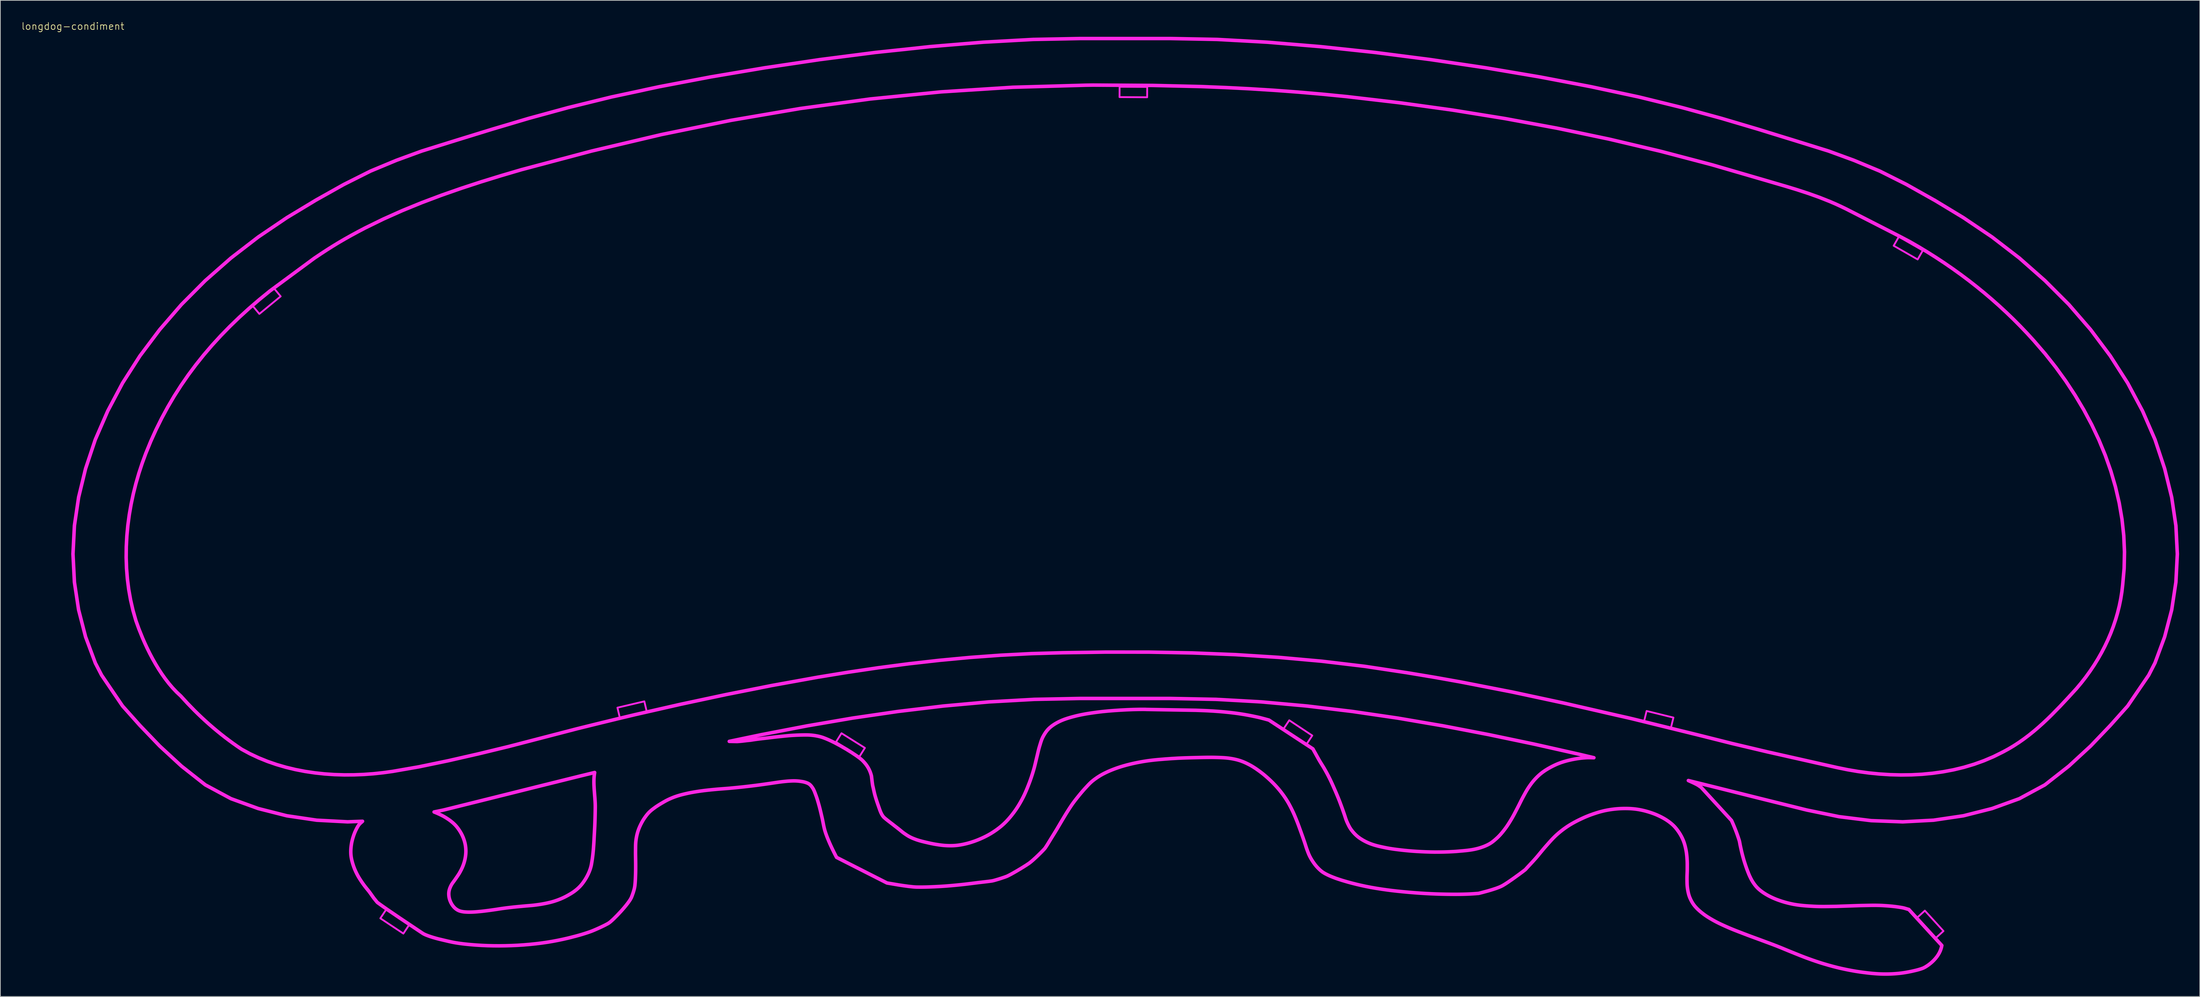
<source format=kicad_pcb>
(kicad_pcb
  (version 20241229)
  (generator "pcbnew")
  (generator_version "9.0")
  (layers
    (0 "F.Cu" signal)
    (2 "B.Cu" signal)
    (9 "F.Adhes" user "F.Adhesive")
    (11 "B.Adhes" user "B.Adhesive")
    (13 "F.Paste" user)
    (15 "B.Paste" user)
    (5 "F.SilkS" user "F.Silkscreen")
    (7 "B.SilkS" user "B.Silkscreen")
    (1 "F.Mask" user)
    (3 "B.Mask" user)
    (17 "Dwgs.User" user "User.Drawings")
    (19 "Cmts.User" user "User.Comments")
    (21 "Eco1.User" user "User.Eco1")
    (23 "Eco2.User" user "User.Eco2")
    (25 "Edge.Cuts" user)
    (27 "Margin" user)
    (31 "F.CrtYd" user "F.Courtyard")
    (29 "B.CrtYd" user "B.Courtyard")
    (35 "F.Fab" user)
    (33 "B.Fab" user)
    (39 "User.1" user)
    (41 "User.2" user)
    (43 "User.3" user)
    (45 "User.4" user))
  (footprint "longdog-condiment"
    (layer "F.Cu")
    (at 7.502 1.26)
    (property "Reference" "longdog-condiment" (at 0 -0.5 0) (unlocked yes) (layer "F.SilkS") (effects (font (size 1 1) (thickness 0.1))))
    (attr smd)
    (fp_poly (pts (xy 30.094 38.642) (xy 27.008 41.187) (xy 26.054 40.03) (xy 29.14 37.485)) (stroke (width 0.265) (type solid)) (fill no) (layer "F.CrtYd"))
    (fp_poly (pts (xy 48.696 129.745) (xy 47.866 130.994) (xy 44.534 128.781) (xy 45.364 127.532)) (stroke (width 0.265) (type solid)) (fill no) (layer "F.CrtYd"))
    (fp_poly (pts (xy 83.107 98.798) (xy 79.213 99.714) (xy 78.87 98.254) (xy 82.764 97.338)) (stroke (width 0.265) (type solid)) (fill no) (layer "F.CrtYd"))
    (fp_poly (pts (xy 114.707 104.086) (xy 113.909 105.356) (xy 110.521 103.229) (xy 111.319 101.959)) (stroke (width 0.265) (type solid)) (fill no) (layer "F.CrtYd"))
    (fp_poly (pts (xy 155.595 8.287) (xy 155.586 9.787) (xy 151.586 9.764) (xy 151.595 8.264)) (stroke (width 0.265) (type solid)) (fill no) (layer "F.CrtYd"))
    (fp_poly (pts (xy 179.498 102.295) (xy 178.669 103.544) (xy 175.336 101.332) (xy 176.166 100.082)) (stroke (width 0.265) (type solid)) (fill no) (layer "F.CrtYd"))
    (fp_poly (pts (xy 231.804 99.691) (xy 231.445 101.148) (xy 227.561 100.19) (xy 227.92 98.734)) (stroke (width 0.265) (type solid)) (fill no) (layer "F.CrtYd"))
    (fp_poly (pts (xy 267.92 31.991) (xy 267.174 33.292) (xy 263.703 31.304) (xy 264.449 30.002)) (stroke (width 0.265) (type solid)) (fill no) (layer "F.CrtYd"))
    (fp_poly (pts (xy 270.912 130.627) (xy 269.804 131.638) (xy 267.109 128.682) (xy 268.217 127.671)) (stroke (width 0.265) (type solid)) (fill no) (layer "F.CrtYd"))
    (fp_poly (pts (xy 156.322 8.07) (xy 163.383 8.236) (xy 166.901 8.376) (xy 170.416 8.555) (xy 173.928 8.774) (xy 177.441 9.036) (xy 180.957 9.34) (xy 184.48 9.688) (xy 192.145 10.582) (xy 199.787 11.641) (xy 207.401 12.871) (xy 214.979 14.276) (xy 222.514 15.86) (xy 230.001 17.628) (xy 237.433 19.584) (xy 244.803 21.732) (xy 248.181 22.72) (xy 249.788 23.212) (xy 251.361 23.727) (xy 252.913 24.282) (xy 254.461 24.896) (xy 255.238 25.231) (xy 256.019 25.588) (xy 256.807 25.968) (xy 257.603 26.375) (xy 262.347 28.803) (xy 264.632 29.973) (xy 266.054 30.724) (xy 267.325 31.459) (xy 268.579 32.216) (xy 269.814 32.996) (xy 271.03 33.798) (xy 272.227 34.622) (xy 273.405 35.468) (xy 274.562 36.335) (xy 275.699 37.224) (xy 276.815 38.134) (xy 277.91 39.065) (xy 278.983 40.017) (xy 280.035 40.989) (xy 281.064 41.981) (xy 282.07 42.994) (xy 283.053 44.026) (xy 284.013 45.078) (xy 285.633 46.96) (xy 287.171 48.906) (xy 288.621 50.911) (xy 289.977 52.972) (xy 291.233 55.084) (xy 292.385 57.243) (xy 293.425 59.444) (xy 294.349 61.684) (xy 295.151 63.957) (xy 295.824 66.259) (xy 296.365 68.587) (xy 296.766 70.936) (xy 297.023 73.302) (xy 297.129 75.679) (xy 297.079 78.065) (xy 296.867 80.454) (xy 296.748 81.476) (xy 296.585 82.492) (xy 296.379 83.5) (xy 296.132 84.5) (xy 295.843 85.491) (xy 295.514 86.471) (xy 295.146 87.44) (xy 294.738 88.396) (xy 294.293 89.339) (xy 293.81 90.268) (xy 293.291 91.182) (xy 292.737 92.079) (xy 292.147 92.958) (xy 291.524 93.82) (xy 290.867 94.662) (xy 290.178 95.484) (xy 289.004 96.768) (xy 287.809 98.047) (xy 286.58 99.304) (xy 285.95 99.919) (xy 285.307 100.522) (xy 284.649 101.112) (xy 283.976 101.685) (xy 283.285 102.241) (xy 282.575 102.777) (xy 281.845 103.29) (xy 281.093 103.779) (xy 280.318 104.242) (xy 279.518 104.676) (xy 278.156 105.353) (xy 276.758 105.947) (xy 275.327 106.461) (xy 273.869 106.896) (xy 272.386 107.255) (xy 270.882 107.541) (xy 269.361 107.757) (xy 267.828 107.905) (xy 266.285 107.987) (xy 264.738 108.006) (xy 263.189 107.966) (xy 261.642 107.867) (xy 260.102 107.713) (xy 258.572 107.507) (xy 257.056 107.25) (xy 255.558 106.946) (xy 245.363 104.648) (xy 240.281 103.443) (xy 235.219 102.17) (xy 225.968 99.896) (xy 225.449 99.772) (xy 224.754 99.613) (xy 223.537 99.338) (xy 215.925 97.588) (xy 208.474 95.989) (xy 200.987 94.528) (xy 197.168 93.847) (xy 193.265 93.197) (xy 187.083 92.261) (xy 180.872 91.522) (xy 174.638 90.963) (xy 168.387 90.568) (xy 162.124 90.32) (xy 155.855 90.202) (xy 149.585 90.198) (xy 143.32 90.291) (xy 138.846 90.418) (xy 134.383 90.648) (xy 129.933 90.973) (xy 125.494 91.39) (xy 121.066 91.891) (xy 116.65 92.47) (xy 112.246 93.122) (xy 107.853 93.842) (xy 101.239 95.037) (xy 94.609 96.352) (xy 88.003 97.765) (xy 81.464 99.253) (xy 78.947 99.854) (xy 76.203 100.523) (xy 73.093 101.29) (xy 63.123 103.881) (xy 58.794 104.932) (xy 54.344 105.949) (xy 50.081 106.833) (xy 46.312 107.489) (xy 44.935 107.68) (xy 43.542 107.829) (xy 42.135 107.932) (xy 40.719 107.988) (xy 39.298 107.996) (xy 37.876 107.952) (xy 36.456 107.855) (xy 35.043 107.703) (xy 33.639 107.495) (xy 32.25 107.227) (xy 30.879 106.898) (xy 29.529 106.506) (xy 28.205 106.05) (xy 26.911 105.526) (xy 25.649 104.934) (xy 24.425 104.27) (xy 23.811 103.853) (xy 23.206 103.426) (xy 22.609 102.989) (xy 22.021 102.543) (xy 21.441 102.088) (xy 20.87 101.624) (xy 20.307 101.152) (xy 19.753 100.672) (xy 19.207 100.183) (xy 18.67 99.687) (xy 18.142 99.183) (xy 17.622 98.672) (xy 16.608 97.629) (xy 15.628 96.56) (xy 15.029 95.998) (xy 14.455 95.391) (xy 13.906 94.746) (xy 13.382 94.068) (xy 12.884 93.365) (xy 12.411 92.642) (xy 11.965 91.905) (xy 11.544 91.16) (xy 11.149 90.414) (xy 10.781 89.672) (xy 10.439 88.94) (xy 10.124 88.225) (xy 9.576 86.87) (xy 9.136 85.654) (xy 8.709 84.159) (xy 8.362 82.647) (xy 8.091 81.121) (xy 7.896 79.583) (xy 7.773 78.038) (xy 7.721 76.488) (xy 7.737 74.936) (xy 7.819 73.386) (xy 7.964 71.84) (xy 8.17 70.302) (xy 8.435 68.774) (xy 8.757 67.259) (xy 9.134 65.761) (xy 9.562 64.283) (xy 10.04 62.828) (xy 10.565 61.398) (xy 11.28 59.653) (xy 12.049 57.95) (xy 12.873 56.29) (xy 13.751 54.671) (xy 14.683 53.091) (xy 15.67 51.548) (xy 16.711 50.042) (xy 17.807 48.571) (xy 18.957 47.132) (xy 20.162 45.725) (xy 21.421 44.349) (xy 22.734 43.001) (xy 24.102 41.68) (xy 25.524 40.385) (xy 27.001 39.115) (xy 28.532 37.867) (xy 34.959 33.12) (xy 35.927 32.47) (xy 36.833 31.879) (xy 37.701 31.332) (xy 38.554 30.813) (xy 39.418 30.31) (xy 40.316 29.806) (xy 41.272 29.287) (xy 42.31 28.74) (xy 44.987 27.429) (xy 47.727 26.206) (xy 50.521 25.064) (xy 53.36 23.994) (xy 56.235 22.988) (xy 59.137 22.039) (xy 62.056 21.138) (xy 64.983 20.277) (xy 75.155 17.574) (xy 85.247 15.19) (xy 95.304 13.133) (xy 105.374 11.411) (xy 115.501 10.032) (xy 125.734 9.005) (xy 136.117 8.337) (xy 146.696 8.037) (xy 147.73 8.023) (xy 147.73 8.023)) (stroke (width 0.51) (type solid)) (fill no) (layer "F.CrtYd"))
    (fp_poly (pts (xy 75.523 107.951) (xy 75.491 108.253) (xy 75.47 108.556) (xy 75.461 108.859) (xy 75.461 109.163) (xy 75.469 109.467) (xy 75.502 110.076) (xy 75.598 111.295) (xy 75.638 111.905) (xy 75.652 112.209) (xy 75.658 112.513) (xy 75.658 112.551) (xy 75.658 112.589) (xy 75.655 112.933) (xy 75.65 113.277) (xy 75.636 113.964) (xy 75.615 114.67) (xy 75.588 115.376) (xy 75.57 115.722) (xy 75.551 116.068) (xy 75.512 116.76) (xy 75.477 117.424) (xy 75.458 117.756) (xy 75.437 118.088) (xy 75.392 118.709) (xy 75.365 119.019) (xy 75.335 119.329) (xy 75.304 119.606) (xy 75.27 119.883) (xy 75.233 120.16) (xy 75.19 120.437) (xy 75.152 120.674) (xy 75.112 120.911) (xy 75.09 121.029) (xy 75.065 121.147) (xy 75.037 121.264) (xy 75.006 121.381) (xy 74.973 121.495) (xy 74.937 121.608) (xy 74.899 121.722) (xy 74.858 121.834) (xy 74.815 121.946) (xy 74.77 122.058) (xy 74.723 122.169) (xy 74.673 122.28) (xy 74.617 122.401) (xy 74.558 122.521) (xy 74.496 122.64) (xy 74.433 122.759) (xy 74.366 122.877) (xy 74.298 122.994) (xy 74.227 123.111) (xy 74.153 123.227) (xy 74.078 123.34) (xy 74.001 123.452) (xy 73.922 123.564) (xy 73.841 123.675) (xy 73.757 123.785) (xy 73.669 123.894) (xy 73.578 124.001) (xy 73.484 124.106) (xy 73.397 124.198) (xy 73.308 124.287) (xy 73.217 124.376) (xy 73.122 124.463) (xy 73.025 124.549) (xy 72.926 124.633) (xy 72.824 124.715) (xy 72.72 124.797) (xy 72.617 124.874) (xy 72.511 124.949) (xy 72.402 125.023) (xy 72.292 125.095) (xy 72.18 125.166) (xy 72.066 125.235) (xy 71.951 125.304) (xy 71.835 125.371) (xy 71.708 125.444) (xy 71.579 125.515) (xy 71.449 125.585) (xy 71.318 125.653) (xy 71.184 125.72) (xy 71.05 125.785) (xy 70.913 125.848) (xy 70.775 125.909) (xy 70.628 125.972) (xy 70.479 126.032) (xy 70.328 126.091) (xy 70.176 126.147) (xy 70.023 126.202) (xy 69.868 126.254) (xy 69.712 126.305) (xy 69.554 126.353) (xy 69.393 126.399) (xy 69.231 126.442) (xy 69.068 126.483) (xy 68.903 126.522) (xy 68.738 126.559) (xy 68.572 126.595) (xy 68.238 126.662) (xy 68.064 126.694) (xy 67.889 126.725) (xy 67.537 126.781) (xy 67.183 126.831) (xy 66.828 126.876) (xy 66.637 126.897) (xy 66.446 126.917) (xy 66.063 126.95) (xy 65.679 126.981) (xy 65.296 127.015) (xy 64.536 127.085) (xy 64.156 127.122) (xy 63.777 127.161) (xy 63.413 127.202) (xy 63.05 127.245) (xy 62.688 127.29) (xy 62.326 127.338) (xy 62.003 127.384) (xy 61.681 127.434) (xy 61.359 127.484) (xy 61.036 127.532) (xy 60.426 127.618) (xy 60.12 127.659) (xy 59.813 127.698) (xy 59.542 127.731) (xy 59.27 127.762) (xy 58.999 127.791) (xy 58.726 127.817) (xy 58.501 127.836) (xy 58.276 127.853) (xy 58.051 127.867) (xy 57.825 127.877) (xy 57.64 127.882) (xy 57.455 127.884) (xy 57.27 127.884) (xy 57.178 127.882) (xy 57.086 127.878) (xy 56.93 127.871) (xy 56.852 127.866) (xy 56.774 127.861) (xy 56.697 127.854) (xy 56.62 127.845) (xy 56.543 127.835) (xy 56.467 127.823) (xy 56.397 127.811) (xy 56.328 127.797) (xy 56.259 127.782) (xy 56.19 127.766) (xy 56.123 127.748) (xy 56.057 127.728) (xy 55.992 127.706) (xy 55.96 127.695) (xy 55.929 127.682) (xy 55.896 127.668) (xy 55.863 127.654) (xy 55.832 127.639) (xy 55.8 127.624) (xy 55.769 127.608) (xy 55.738 127.591) (xy 55.708 127.574) (xy 55.678 127.557) (xy 55.62 127.521) (xy 55.564 127.484) (xy 55.509 127.446) (xy 55.457 127.406) (xy 55.425 127.381) (xy 55.394 127.355) (xy 55.363 127.329) (xy 55.334 127.302) (xy 55.305 127.275) (xy 55.277 127.248) (xy 55.249 127.22) (xy 55.222 127.192) (xy 55.17 127.135) (xy 55.12 127.077) (xy 55.072 127.018) (xy 55.026 126.958) (xy 54.972 126.884) (xy 54.921 126.809) (xy 54.873 126.732) (xy 54.827 126.655) (xy 54.785 126.577) (xy 54.745 126.499) (xy 54.708 126.419) (xy 54.673 126.339) (xy 54.637 126.251) (xy 54.604 126.161) (xy 54.574 126.071) (xy 54.546 125.98) (xy 54.522 125.889) (xy 54.501 125.798) (xy 54.484 125.706) (xy 54.47 125.614) (xy 54.458 125.517) (xy 54.45 125.419) (xy 54.445 125.321) (xy 54.444 125.223) (xy 54.447 125.124) (xy 54.45 125.075) (xy 54.454 125.026) (xy 54.459 124.977) (xy 54.465 124.929) (xy 54.473 124.88) (xy 54.481 124.831) (xy 54.492 124.778) (xy 54.504 124.725) (xy 54.517 124.672) (xy 54.532 124.62) (xy 54.548 124.567) (xy 54.565 124.515) (xy 54.602 124.41) (xy 54.643 124.306) (xy 54.688 124.204) (xy 54.736 124.102) (xy 54.787 124) (xy 54.818 123.943) (xy 54.85 123.887) (xy 54.884 123.831) (xy 54.92 123.775) (xy 54.995 123.665) (xy 55.073 123.556) (xy 55.233 123.339) (xy 55.312 123.23) (xy 55.388 123.12) (xy 55.705 122.66) (xy 55.783 122.544) (xy 55.859 122.428) (xy 55.933 122.311) (xy 56.003 122.193) (xy 56.073 122.068) (xy 56.141 121.943) (xy 56.207 121.818) (xy 56.271 121.692) (xy 56.332 121.565) (xy 56.39 121.437) (xy 56.445 121.309) (xy 56.497 121.18) (xy 56.547 121.046) (xy 56.595 120.911) (xy 56.64 120.776) (xy 56.682 120.639) (xy 56.72 120.503) (xy 56.755 120.366) (xy 56.787 120.229) (xy 56.815 120.091) (xy 56.84 119.947) (xy 56.863 119.803) (xy 56.882 119.659) (xy 56.897 119.514) (xy 56.908 119.37) (xy 56.916 119.225) (xy 56.919 119.08) (xy 56.917 118.935) (xy 56.911 118.779) (xy 56.901 118.624) (xy 56.886 118.468) (xy 56.866 118.312) (xy 56.842 118.157) (xy 56.812 118.003) (xy 56.778 117.849) (xy 56.738 117.696) (xy 56.689 117.529) (xy 56.635 117.363) (xy 56.576 117.197) (xy 56.511 117.033) (xy 56.441 116.87) (xy 56.365 116.708) (xy 56.283 116.548) (xy 56.195 116.389) (xy 56.099 116.228) (xy 55.999 116.067) (xy 55.892 115.908) (xy 55.78 115.75) (xy 55.722 115.673) (xy 55.662 115.596) (xy 55.6 115.519) (xy 55.537 115.444) (xy 55.471 115.369) (xy 55.404 115.295) (xy 55.335 115.223) (xy 55.264 115.151) (xy 55.191 115.081) (xy 55.117 115.011) (xy 54.962 114.875) (xy 54.801 114.743) (xy 54.634 114.614) (xy 54.461 114.489) (xy 54.283 114.368) (xy 54.101 114.25) (xy 53.916 114.135) (xy 53.729 114.026) (xy 53.538 113.922) (xy 53.342 113.822) (xy 53.142 113.726) (xy 52.94 113.632) (xy 52.734 113.542) (xy 52.526 113.454) (xy 52.317 113.369) (xy 53.677 113.089) (xy 60.251 111.453) (xy 66.837 109.807) (xy 73.423 108.172) (xy 75.569 107.649)) (stroke (width 0.51) (type solid)) (fill no) (layer "F.CrtYd"))
    (fp_poly (pts (xy 165.566 97.048) (xy 172.139 97.417) (xy 178.726 98.013) (xy 185.311 98.803) (xy 191.885 99.767) (xy 198.471 100.894) (xy 205.058 102.161) (xy 211.63 103.536) (xy 218.217 105.02) (xy 220.284 105.507) (xy 219.701 105.494) (xy 219.556 105.493) (xy 219.41 105.494) (xy 219.265 105.498) (xy 219.12 105.505) (xy 218.885 105.523) (xy 218.651 105.544) (xy 218.418 105.569) (xy 218.185 105.598) (xy 217.953 105.63) (xy 217.722 105.667) (xy 217.493 105.706) (xy 217.265 105.75) (xy 217.037 105.796) (xy 216.811 105.846) (xy 216.586 105.899) (xy 216.363 105.956) (xy 216.141 106.017) (xy 215.922 106.081) (xy 215.706 106.15) (xy 215.493 106.223) (xy 215.291 106.297) (xy 215.093 106.375) (xy 214.898 106.457) (xy 214.706 106.543) (xy 214.516 106.632) (xy 214.329 106.724) (xy 214.145 106.818) (xy 213.964 106.915) (xy 213.798 107.007) (xy 213.634 107.101) (xy 213.473 107.198) (xy 213.314 107.298) (xy 213.159 107.399) (xy 213.008 107.504) (xy 212.86 107.61) (xy 212.716 107.72) (xy 212.575 107.832) (xy 212.439 107.947) (xy 212.307 108.064) (xy 212.179 108.183) (xy 212.054 108.304) (xy 211.933 108.427) (xy 211.815 108.552) (xy 211.699 108.677) (xy 211.576 108.817) (xy 211.457 108.958) (xy 211.343 109.101) (xy 211.231 109.246) (xy 211.124 109.392) (xy 211.019 109.539) (xy 210.916 109.687) (xy 210.816 109.835) (xy 210.705 110.005) (xy 210.599 110.177) (xy 210.497 110.349) (xy 210.397 110.523) (xy 210.204 110.872) (xy 210.014 111.221) (xy 209.908 111.42) (xy 209.805 111.619) (xy 209.605 112.019) (xy 209.405 112.419) (xy 209.201 112.818) (xy 208.774 113.634) (xy 208.665 113.837) (xy 208.553 114.04) (xy 208.439 114.242) (xy 208.32 114.443) (xy 208.096 114.812) (xy 207.981 114.995) (xy 207.863 115.178) (xy 207.743 115.36) (xy 207.619 115.54) (xy 207.49 115.719) (xy 207.357 115.897) (xy 207.236 116.054) (xy 207.112 116.21) (xy 206.985 116.365) (xy 206.855 116.519) (xy 206.721 116.671) (xy 206.582 116.821) (xy 206.437 116.968) (xy 206.363 117.04) (xy 206.287 117.112) (xy 206.148 117.239) (xy 206.007 117.365) (xy 205.862 117.49) (xy 205.712 117.611) (xy 205.558 117.729) (xy 205.478 117.787) (xy 205.397 117.842) (xy 205.314 117.897) (xy 205.229 117.95) (xy 205.142 118.001) (xy 205.053 118.051) (xy 204.848 118.156) (xy 204.635 118.255) (xy 204.416 118.347) (xy 204.192 118.433) (xy 203.963 118.512) (xy 203.73 118.586) (xy 203.494 118.653) (xy 203.255 118.715) (xy 202.942 118.784) (xy 202.625 118.843) (xy 202.304 118.892) (xy 201.981 118.933) (xy 201.655 118.969) (xy 201.329 119) (xy 200.676 119.057) (xy 200.33 119.086) (xy 199.983 119.109) (xy 199.287 119.145) (xy 198.59 119.168) (xy 197.894 119.179) (xy 197.231 119.181) (xy 196.568 119.17) (xy 195.906 119.15) (xy 195.245 119.12) (xy 194.598 119.084) (xy 193.951 119.039) (xy 193.307 118.984) (xy 192.664 118.918) (xy 192.023 118.845) (xy 191.384 118.764) (xy 191.066 118.718) (xy 190.749 118.668) (xy 190.434 118.613) (xy 190.122 118.553) (xy 189.548 118.433) (xy 189.263 118.369) (xy 188.98 118.301) (xy 188.7 118.226) (xy 188.424 118.146) (xy 188.154 118.057) (xy 187.889 117.96) (xy 187.667 117.869) (xy 187.449 117.772) (xy 187.235 117.669) (xy 187.027 117.561) (xy 186.825 117.448) (xy 186.629 117.329) (xy 186.44 117.206) (xy 186.348 117.142) (xy 186.258 117.077) (xy 186.178 117.017) (xy 186.1 116.955) (xy 186.024 116.892) (xy 185.949 116.828) (xy 185.876 116.762) (xy 185.805 116.696) (xy 185.736 116.629) (xy 185.668 116.561) (xy 185.602 116.492) (xy 185.537 116.422) (xy 185.412 116.281) (xy 185.293 116.137) (xy 185.18 115.991) (xy 185.128 115.922) (xy 185.078 115.851) (xy 185.031 115.78) (xy 184.985 115.709) (xy 184.898 115.564) (xy 184.817 115.417) (xy 184.741 115.269) (xy 184.668 115.119) (xy 184.598 114.97) (xy 184.53 114.82) (xy 184.469 114.677) (xy 184.413 114.534) (xy 184.361 114.39) (xy 184.313 114.246) (xy 184.219 113.956) (xy 184.171 113.811) (xy 184.122 113.666) (xy 183.934 113.128) (xy 183.839 112.858) (xy 183.741 112.589) (xy 183.522 112.002) (xy 183.409 111.708) (xy 183.293 111.416) (xy 183.148 111.062) (xy 183 110.709) (xy 182.849 110.357) (xy 182.695 110.005) (xy 182.529 109.627) (xy 182.36 109.25) (xy 182.186 108.874) (xy 182.097 108.686) (xy 182.005 108.499) (xy 181.831 108.156) (xy 181.651 107.815) (xy 181.465 107.476) (xy 181.274 107.137) (xy 181.186 106.986) (xy 181.096 106.836) (xy 180.911 106.536) (xy 180.725 106.237) (xy 180.633 106.087) (xy 180.544 105.936) (xy 180.392 105.671) (xy 180.243 105.404) (xy 179.948 104.87) (xy 179.587 104.224) (xy 173.224 100.052) (xy 172.407 99.83) (xy 171.997 99.723) (xy 171.79 99.673) (xy 171.582 99.625) (xy 170.922 99.484) (xy 170.258 99.353) (xy 169.59 99.234) (xy 168.917 99.128) (xy 168.551 99.075) (xy 168.183 99.027) (xy 167.444 98.941) (xy 166.703 98.867) (xy 165.96 98.803) (xy 165.132 98.744) (xy 164.301 98.698) (xy 163.47 98.662) (xy 162.638 98.632) (xy 155.487 98.51) (xy 155.463 98.509) (xy 155.44 98.508) (xy 155.393 98.505) (xy 155.346 98.502) (xy 155.322 98.501) (xy 155.298 98.501) (xy 154.853 98.5) (xy 154.407 98.503) (xy 153.516 98.523) (xy 152.626 98.559) (xy 151.737 98.607) (xy 150.864 98.664) (xy 149.992 98.733) (xy 149.122 98.818) (xy 148.689 98.868) (xy 148.258 98.923) (xy 147.489 99.031) (xy 147.106 99.09) (xy 146.724 99.153) (xy 146.345 99.222) (xy 145.967 99.296) (xy 145.593 99.377) (xy 145.222 99.466) (xy 144.928 99.542) (xy 144.634 99.621) (xy 144.342 99.705) (xy 144.053 99.793) (xy 143.769 99.888) (xy 143.489 99.99) (xy 143.217 100.099) (xy 142.952 100.218) (xy 142.741 100.321) (xy 142.535 100.43) (xy 142.433 100.486) (xy 142.334 100.544) (xy 142.235 100.603) (xy 142.139 100.664) (xy 142.044 100.726) (xy 141.951 100.789) (xy 141.86 100.853) (xy 141.771 100.919) (xy 141.684 100.987) (xy 141.6 101.055) (xy 141.518 101.125) (xy 141.438 101.196) (xy 141.365 101.265) (xy 141.294 101.336) (xy 141.227 101.408) (xy 141.161 101.481) (xy 141.098 101.555) (xy 141.037 101.63) (xy 140.979 101.707) (xy 140.922 101.784) (xy 140.867 101.862) (xy 140.815 101.94) (xy 140.714 102.099) (xy 140.618 102.26) (xy 140.528 102.421) (xy 140.483 102.506) (xy 140.441 102.591) (xy 140.401 102.677) (xy 140.363 102.764) (xy 140.294 102.939) (xy 140.231 103.115) (xy 140.173 103.292) (xy 140.118 103.47) (xy 140.01 103.825) (xy 139.952 104.021) (xy 139.898 104.218) (xy 139.848 104.414) (xy 139.8 104.612) (xy 139.707 105.006) (xy 139.612 105.401) (xy 139.503 105.855) (xy 139.396 106.31) (xy 139.285 106.764) (xy 139.225 106.99) (xy 139.162 107.216) (xy 139.006 107.735) (xy 138.84 108.252) (xy 138.753 108.509) (xy 138.662 108.767) (xy 138.569 109.023) (xy 138.471 109.279) (xy 138.258 109.822) (xy 138.147 110.092) (xy 138.033 110.362) (xy 137.914 110.631) (xy 137.791 110.899) (xy 137.661 111.165) (xy 137.525 111.43) (xy 137.387 111.687) (xy 137.244 111.944) (xy 137.096 112.199) (xy 136.943 112.453) (xy 136.784 112.705) (xy 136.619 112.955) (xy 136.447 113.203) (xy 136.269 113.448) (xy 136.097 113.673) (xy 135.921 113.897) (xy 135.739 114.119) (xy 135.552 114.338) (xy 135.358 114.554) (xy 135.157 114.767) (xy 134.947 114.975) (xy 134.839 115.078) (xy 134.729 115.179) (xy 134.528 115.357) (xy 134.32 115.531) (xy 134.105 115.701) (xy 133.884 115.867) (xy 133.658 116.03) (xy 133.426 116.188) (xy 133.189 116.343) (xy 132.947 116.493) (xy 132.733 116.619) (xy 132.514 116.741) (xy 132.291 116.859) (xy 132.064 116.974) (xy 131.833 117.085) (xy 131.599 117.192) (xy 131.362 117.295) (xy 131.122 117.395) (xy 130.917 117.477) (xy 130.71 117.555) (xy 130.5 117.63) (xy 130.288 117.702) (xy 130.073 117.771) (xy 129.857 117.836) (xy 129.638 117.897) (xy 129.418 117.954) (xy 129.229 117.999) (xy 129.039 118.042) (xy 128.848 118.082) (xy 128.655 118.118) (xy 128.461 118.151) (xy 128.266 118.18) (xy 128.07 118.205) (xy 127.873 118.225) (xy 127.696 118.239) (xy 127.518 118.249) (xy 127.34 118.256) (xy 127.161 118.258) (xy 126.983 118.258) (xy 126.804 118.254) (xy 126.626 118.248) (xy 126.448 118.239) (xy 126.269 118.228) (xy 126.092 118.213) (xy 125.915 118.195) (xy 125.738 118.174) (xy 125.562 118.151) (xy 125.386 118.127) (xy 125.036 118.072) (xy 124.855 118.042) (xy 124.676 118.01) (xy 124.318 117.939) (xy 123.963 117.862) (xy 123.609 117.78) (xy 123.279 117.702) (xy 122.949 117.62) (xy 122.786 117.576) (xy 122.624 117.531) (xy 122.464 117.482) (xy 122.305 117.431) (xy 122.167 117.384) (xy 122.03 117.334) (xy 121.894 117.283) (xy 121.759 117.23) (xy 121.626 117.175) (xy 121.496 117.117) (xy 121.367 117.058) (xy 121.241 116.995) (xy 121.128 116.935) (xy 121.017 116.873) (xy 120.908 116.808) (xy 120.802 116.741) (xy 120.698 116.673) (xy 120.595 116.604) (xy 120.392 116.463) (xy 120.291 116.39) (xy 120.193 116.315) (xy 120.097 116.24) (xy 120.002 116.163) (xy 119.814 116.009) (xy 119.72 115.932) (xy 119.624 115.855) (xy 118.721 115.152) (xy 118.111 114.682) (xy 117.96 114.564) (xy 117.81 114.444) (xy 117.664 114.323) (xy 117.521 114.2) (xy 117.481 114.162) (xy 117.441 114.123) (xy 117.366 114.037) (xy 117.296 113.946) (xy 117.23 113.848) (xy 117.169 113.746) (xy 117.111 113.641) (xy 117.058 113.533) (xy 117.008 113.423) (xy 116.961 113.314) (xy 116.918 113.205) (xy 116.84 112.993) (xy 116.712 112.627) (xy 116.574 112.238) (xy 116.448 111.869) (xy 116.33 111.502) (xy 116.214 111.12) (xy 116.153 110.905) (xy 116.101 110.702) (xy 116.055 110.509) (xy 116.013 110.322) (xy 115.933 109.958) (xy 115.891 109.775) (xy 115.845 109.588) (xy 115.819 109.439) (xy 115.796 109.288) (xy 115.754 108.967) (xy 115.661 108.172) (xy 115.61 107.98) (xy 115.554 107.796) (xy 115.492 107.62) (xy 115.425 107.451) (xy 115.353 107.288) (xy 115.276 107.133) (xy 115.195 106.983) (xy 115.109 106.839) (xy 115.02 106.701) (xy 114.927 106.568) (xy 114.83 106.439) (xy 114.73 106.315) (xy 114.627 106.195) (xy 114.522 106.079) (xy 114.414 105.966) (xy 114.304 105.856) (xy 114.165 105.732) (xy 113.975 105.579) (xy 113.462 105.205) (xy 112.801 104.763) (xy 112.032 104.283) (xy 111.192 103.796) (xy 110.321 103.33) (xy 109.886 103.115) (xy 109.457 102.917) (xy 109.04 102.739) (xy 108.639 102.586) (xy 108.505 102.541) (xy 108.367 102.498) (xy 108.226 102.459) (xy 108.081 102.422) (xy 107.935 102.389) (xy 107.788 102.359) (xy 107.493 102.306) (xy 107.201 102.265) (xy 106.921 102.236) (xy 106.656 102.217) (xy 106.414 102.208) (xy 105.889 102.207) (xy 105.365 102.217) (xy 104.841 102.235) (xy 104.317 102.262) (xy 104.036 102.28) (xy 103.754 102.302) (xy 103.193 102.353) (xy 102.072 102.47) (xy 101.511 102.532) (xy 100.95 102.6) (xy 100.389 102.668) (xy 99.828 102.733) (xy 99.333 102.791) (xy 98.905 102.848) (xy 98.517 102.905) (xy 98.144 102.965) (xy 97.863 102.992) (xy 97.615 103.018) (xy 97.175 103.07) (xy 96.961 103.095) (xy 96.735 103.119) (xy 96.486 103.14) (xy 96.204 103.16) (xy 95.065 103.139) (xy 99.743 102.161) (xy 106.328 100.894) (xy 112.902 99.767) (xy 119.488 98.804) (xy 126.075 98.013) (xy 132.648 97.417) (xy 139.234 97.049) (xy 145.82 96.919) (xy 158.979 96.919)) (stroke (width 0.51) (type solid)) (fill no) (layer "F.CrtYd"))
    (fp_poly (pts (xy 152.394 1.275) (xy 158.979 1.275) (xy 165.711 1.404) (xy 172.966 1.805) (xy 180.634 2.444) (xy 181.581 2.541) (xy 188.556 3.289) (xy 196.624 4.328) (xy 204.632 5.52) (xy 212.445 6.841) (xy 219.882 8.26) (xy 221.388 8.585) (xy 226.796 9.744) (xy 233.054 11.282) (xy 238.752 12.842) (xy 244.086 14.423) (xy 245.654 14.91) (xy 246.493 15.17) (xy 249.202 16.004) (xy 254.281 17.585) (xy 257.952 18.928) (xy 261.694 20.488) (xy 265.558 22.426) (xy 269.58 24.69) (xy 269.592 24.69) (xy 273.797 27.235) (xy 277.952 30.041) (xy 281.902 33.084) (xy 285.608 36.355) (xy 289.071 39.821) (xy 292.23 43.47) (xy 295.073 47.272) (xy 297.589 51.204) (xy 299.752 55.265) (xy 301.55 59.402) (xy 302.947 63.615) (xy 303.968 67.774) (xy 303.968 67.785) (xy 304.576 71.879) (xy 304.782 75.983) (xy 304.576 80.056) (xy 303.968 84.074) (xy 302.947 87.983) (xy 301.55 91.764) (xy 300.639 93.539) (xy 297.589 98.013) (xy 295.073 100.829) (xy 292.229 103.807) (xy 289.071 106.721) (xy 285.608 109.439) (xy 281.902 111.443) (xy 277.952 112.872) (xy 273.797 113.923) (xy 269.471 114.562) (xy 265.012 114.8) (xy 260.443 114.627) (xy 255.801 114.052) (xy 251.122 113.089) (xy 244.536 111.453) (xy 237.962 109.807) (xy 233.968 108.815) (xy 234.648 109.124) (xy 234.816 109.203) (xy 234.982 109.284) (xy 235.145 109.368) (xy 235.304 109.455) (xy 235.338 109.475) (xy 235.371 109.495) (xy 235.436 109.536) (xy 235.498 109.579) (xy 235.56 109.623) (xy 235.684 109.71) (xy 235.747 109.753) (xy 235.812 109.795) (xy 240.221 114.607) (xy 240.377 114.958) (xy 240.528 115.31) (xy 240.674 115.664) (xy 240.814 116.018) (xy 240.949 116.373) (xy 241.077 116.73) (xy 241.2 117.087) (xy 241.316 117.445) (xy 241.331 117.497) (xy 241.346 117.549) (xy 241.372 117.653) (xy 241.394 117.758) (xy 241.414 117.863) (xy 241.452 118.074) (xy 241.472 118.179) (xy 241.494 118.284) (xy 241.619 118.852) (xy 241.685 119.136) (xy 241.754 119.42) (xy 241.812 119.644) (xy 241.872 119.868) (xy 241.935 120.092) (xy 241.999 120.316) (xy 242.057 120.509) (xy 242.118 120.702) (xy 242.18 120.895) (xy 242.244 121.088) (xy 242.309 121.279) (xy 242.376 121.47) (xy 242.444 121.661) (xy 242.516 121.851) (xy 242.598 122.067) (xy 242.683 122.282) (xy 242.727 122.389) (xy 242.772 122.496) (xy 242.819 122.602) (xy 242.869 122.708) (xy 242.978 122.933) (xy 243.035 123.046) (xy 243.094 123.157) (xy 243.155 123.268) (xy 243.219 123.379) (xy 243.286 123.488) (xy 243.356 123.596) (xy 243.432 123.706) (xy 243.509 123.815) (xy 243.589 123.924) (xy 243.672 124.031) (xy 243.759 124.137) (xy 243.85 124.241) (xy 243.897 124.292) (xy 243.945 124.342) (xy 243.995 124.392) (xy 244.045 124.442) (xy 244.17 124.556) (xy 244.299 124.668) (xy 244.433 124.777) (xy 244.571 124.883) (xy 244.714 124.986) (xy 244.861 125.087) (xy 245.011 125.185) (xy 245.164 125.279) (xy 245.365 125.397) (xy 245.57 125.51) (xy 245.78 125.62) (xy 245.994 125.725) (xy 246.212 125.826) (xy 246.434 125.923) (xy 246.659 126.016) (xy 246.888 126.104) (xy 247.17 126.205) (xy 247.456 126.301) (xy 247.746 126.392) (xy 248.039 126.477) (xy 248.336 126.556) (xy 248.636 126.629) (xy 248.938 126.696) (xy 249.242 126.756) (xy 249.597 126.816) (xy 249.955 126.867) (xy 250.315 126.91) (xy 250.677 126.946) (xy 251.04 126.976) (xy 251.404 127.002) (xy 252.133 127.043) (xy 252.537 127.06) (xy 252.942 127.07) (xy 253.347 127.074) (xy 253.752 127.074) (xy 255.372 127.052) (xy 258.746 126.937) (xy 260.387 126.903) (xy 260.797 126.9) (xy 261.207 126.902) (xy 261.617 126.91) (xy 262.026 126.927) (xy 262.776 126.974) (xy 263.15 127.005) (xy 263.523 127.04) (xy 263.895 127.082) (xy 264.265 127.131) (xy 264.632 127.187) (xy 264.997 127.251) (xy 265.055 127.263) (xy 265.112 127.276) (xy 265.225 127.304) (xy 265.336 127.335) (xy 265.447 127.369) (xy 265.668 127.436) (xy 265.78 127.468) (xy 265.893 127.497) (xy 270.674 132.716) (xy 270.637 132.906) (xy 270.59 133.09) (xy 270.533 133.269) (xy 270.469 133.442) (xy 270.396 133.61) (xy 270.317 133.772) (xy 270.232 133.928) (xy 270.141 134.078) (xy 270.046 134.223) (xy 269.946 134.362) (xy 269.738 134.622) (xy 269.522 134.859) (xy 269.304 135.072) (xy 269.091 135.261) (xy 268.887 135.425) (xy 268.699 135.565) (xy 268.532 135.68) (xy 268.286 135.835) (xy 268.193 135.887) (xy 268.176 135.894) (xy 268.16 135.902) (xy 268.128 135.919) (xy 268.065 135.952) (xy 268.033 135.969) (xy 268.001 135.985) (xy 267.985 135.993) (xy 267.968 136) (xy 267.951 136.008) (xy 267.934 136.014) (xy 267.746 136.082) (xy 267.555 136.145) (xy 267.36 136.203) (xy 267.163 136.258) (xy 266.965 136.309) (xy 266.765 136.358) (xy 266.362 136.449) (xy 266.12 136.501) (xy 265.876 136.549) (xy 265.631 136.595) (xy 265.384 136.638) (xy 265.137 136.677) (xy 264.889 136.712) (xy 264.639 136.743) (xy 264.389 136.77) (xy 264.09 136.797) (xy 263.79 136.819) (xy 263.49 136.836) (xy 263.188 136.849) (xy 262.887 136.857) (xy 262.585 136.86) (xy 262.284 136.859) (xy 261.983 136.853) (xy 261.631 136.84) (xy 261.279 136.821) (xy 260.929 136.795) (xy 260.578 136.765) (xy 260.229 136.73) (xy 259.88 136.691) (xy 259.186 136.604) (xy 258.818 136.553) (xy 258.452 136.498) (xy 258.087 136.439) (xy 257.723 136.376) (xy 256.999 136.239) (xy 256.281 136.088) (xy 255.939 136.011) (xy 255.599 135.93) (xy 254.923 135.758) (xy 254.253 135.574) (xy 253.589 135.38) (xy 253.28 135.285) (xy 252.972 135.187) (xy 252.361 134.985) (xy 251.755 134.774) (xy 251.154 134.557) (xy 250.589 134.344) (xy 250.03 134.124) (xy 248.919 133.676) (xy 248.374 133.454) (xy 247.83 133.229) (xy 247.286 133.005) (xy 246.738 132.786) (xy 246.173 132.569) (xy 245.604 132.356) (xy 244.464 131.933) (xy 243.29 131.501) (xy 242.704 131.284) (xy 242.121 131.063) (xy 240.954 130.614) (xy 240.375 130.384) (xy 240.089 130.265) (xy 239.805 130.144) (xy 239.271 129.908) (xy 238.742 129.666) (xy 238.481 129.542) (xy 238.223 129.414) (xy 237.968 129.283) (xy 237.718 129.148) (xy 237.497 129.025) (xy 237.279 128.899) (xy 237.063 128.771) (xy 236.85 128.64) (xy 236.642 128.507) (xy 236.438 128.369) (xy 236.24 128.228) (xy 236.047 128.083) (xy 235.879 127.951) (xy 235.715 127.815) (xy 235.555 127.677) (xy 235.4 127.537) (xy 235.251 127.393) (xy 235.179 127.32) (xy 235.109 127.246) (xy 235.04 127.171) (xy 234.973 127.096) (xy 234.909 127.02) (xy 234.846 126.942) (xy 234.791 126.871) (xy 234.737 126.799) (xy 234.685 126.726) (xy 234.635 126.652) (xy 234.587 126.578) (xy 234.54 126.503) (xy 234.495 126.428) (xy 234.452 126.352) (xy 234.37 126.199) (xy 234.294 126.044) (xy 234.223 125.889) (xy 234.157 125.732) (xy 234.127 125.654) (xy 234.098 125.575) (xy 234.071 125.497) (xy 234.046 125.417) (xy 234.001 125.258) (xy 233.961 125.098) (xy 233.926 124.938) (xy 233.895 124.777) (xy 233.867 124.615) (xy 233.842 124.454) (xy 233.82 124.286) (xy 233.803 124.119) (xy 233.791 123.951) (xy 233.783 123.783) (xy 233.778 123.614) (xy 233.775 123.446) (xy 233.77 123.109) (xy 233.77 122.934) (xy 233.772 122.758) (xy 233.784 122.407) (xy 233.798 122.056) (xy 233.803 121.881) (xy 233.805 121.705) (xy 233.807 120.985) (xy 233.805 120.804) (xy 233.801 120.624) (xy 233.795 120.444) (xy 233.785 120.264) (xy 233.759 119.913) (xy 233.743 119.737) (xy 233.725 119.562) (xy 233.704 119.386) (xy 233.679 119.211) (xy 233.651 119.036) (xy 233.619 118.862) (xy 233.585 118.696) (xy 233.548 118.53) (xy 233.509 118.364) (xy 233.466 118.199) (xy 233.419 118.034) (xy 233.368 117.871) (xy 233.312 117.708) (xy 233.251 117.546) (xy 233.188 117.393) (xy 233.121 117.241) (xy 233.05 117.091) (xy 232.974 116.941) (xy 232.894 116.793) (xy 232.81 116.645) (xy 232.721 116.499) (xy 232.628 116.355) (xy 232.534 116.215) (xy 232.436 116.075) (xy 232.334 115.937) (xy 232.228 115.8) (xy 232.117 115.666) (xy 232.06 115.599) (xy 232.001 115.534) (xy 231.941 115.469) (xy 231.879 115.405) (xy 231.816 115.341) (xy 231.751 115.279) (xy 231.606 115.147) (xy 231.455 115.018) (xy 231.299 114.893) (xy 231.137 114.771) (xy 230.97 114.652) (xy 230.798 114.537) (xy 230.622 114.426) (xy 230.442 114.318) (xy 230.232 114.2) (xy 230.018 114.087) (xy 229.798 113.978) (xy 229.574 113.873) (xy 229.346 113.773) (xy 229.113 113.678) (xy 228.878 113.588) (xy 228.639 113.503) (xy 228.382 113.418) (xy 228.122 113.337) (xy 227.858 113.261) (xy 227.591 113.191) (xy 227.322 113.127) (xy 227.05 113.07) (xy 226.775 113.019) (xy 226.499 112.975) (xy 226.222 112.94) (xy 225.943 112.912) (xy 225.663 112.891) (xy 225.382 112.876) (xy 225.099 112.868) (xy 224.817 112.866) (xy 224.535 112.869) (xy 224.254 112.877) (xy 223.972 112.89) (xy 223.69 112.909) (xy 223.409 112.934) (xy 223.128 112.965) (xy 222.85 113.001) (xy 222.572 113.043) (xy 222.297 113.09) (xy 222.023 113.142) (xy 221.763 113.197) (xy 221.506 113.259) (xy 221.251 113.326) (xy 220.999 113.397) (xy 220.749 113.473) (xy 220.5 113.553) (xy 220.254 113.635) (xy 220.01 113.72) (xy 219.777 113.804) (xy 219.546 113.892) (xy 219.318 113.983) (xy 219.092 114.077) (xy 218.868 114.174) (xy 218.647 114.274) (xy 218.428 114.376) (xy 218.211 114.48) (xy 217.988 114.589) (xy 217.768 114.701) (xy 217.55 114.816) (xy 217.335 114.933) (xy 217.123 115.053) (xy 216.914 115.175) (xy 216.709 115.301) (xy 216.508 115.43) (xy 216.29 115.576) (xy 216.077 115.726) (xy 215.867 115.879) (xy 215.662 116.035) (xy 215.462 116.193) (xy 215.265 116.354) (xy 215.073 116.518) (xy 214.886 116.684) (xy 214.779 116.782) (xy 214.674 116.881) (xy 214.471 117.082) (xy 214.273 117.286) (xy 214.08 117.493) (xy 213.891 117.701) (xy 213.705 117.911) (xy 213.333 118.331) (xy 213.14 118.551) (xy 212.952 118.773) (xy 212.582 119.22) (xy 212.213 119.668) (xy 212.026 119.89) (xy 211.835 120.111) (xy 211.654 120.314) (xy 211.472 120.515) (xy 211.101 120.916) (xy 210.729 121.316) (xy 210.544 121.517) (xy 210.362 121.719) (xy 210.241 121.816) (xy 209.946 122.041) (xy 209.52 122.359) (xy 209.008 122.733) (xy 208.454 123.129) (xy 207.902 123.51) (xy 207.641 123.684) (xy 207.396 123.841) (xy 207.174 123.976) (xy 206.98 124.085) (xy 206.786 124.18) (xy 206.562 124.277) (xy 206.315 124.372) (xy 206.05 124.467) (xy 205.49 124.65) (xy 204.929 124.816) (xy 203.986 125.07) (xy 203.59 125.168) (xy 203.167 125.202) (xy 202.743 125.232) (xy 202.319 125.257) (xy 201.894 125.276) (xy 201.336 125.292) (xy 200.778 125.301) (xy 200.22 125.304) (xy 199.662 125.302) (xy 198.919 125.293) (xy 198.177 125.278) (xy 197.434 125.255) (xy 196.692 125.225) (xy 195.877 125.183) (xy 195.063 125.132) (xy 194.25 125.073) (xy 193.438 125.005) (xy 192.645 124.932) (xy 191.854 124.852) (xy 191.064 124.763) (xy 190.278 124.662) (xy 189.526 124.554) (xy 188.777 124.437) (xy 188.032 124.308) (xy 187.293 124.165) (xy 186.598 124.016) (xy 185.908 123.856) (xy 185.224 123.682) (xy 184.885 123.591) (xy 184.547 123.496) (xy 183.994 123.334) (xy 183.719 123.25) (xy 183.446 123.163) (xy 183.175 123.073) (xy 182.906 122.979) (xy 182.641 122.88) (xy 182.38 122.777) (xy 182.206 122.705) (xy 182.033 122.631) (xy 181.862 122.555) (xy 181.694 122.475) (xy 181.529 122.393) (xy 181.368 122.307) (xy 181.212 122.217) (xy 181.061 122.122) (xy 181.004 122.084) (xy 180.948 122.044) (xy 180.894 122.004) (xy 180.84 121.963) (xy 180.788 121.921) (xy 180.737 121.878) (xy 180.637 121.791) (xy 180.54 121.702) (xy 180.447 121.612) (xy 180.355 121.52) (xy 180.266 121.428) (xy 180.175 121.33) (xy 180.087 121.23) (xy 180.003 121.129) (xy 179.921 121.027) (xy 179.842 120.923) (xy 179.766 120.819) (xy 179.691 120.714) (xy 179.618 120.609) (xy 179.546 120.502) (xy 179.476 120.394) (xy 179.408 120.285) (xy 179.342 120.176) (xy 179.279 120.066) (xy 179.218 119.955) (xy 179.159 119.844) (xy 179.103 119.733) (xy 179.05 119.621) (xy 179 119.509) (xy 178.952 119.396) (xy 178.907 119.282) (xy 178.82 119.055) (xy 178.736 118.826) (xy 178.687 118.689) (xy 178.64 118.551) (xy 178.55 118.274) (xy 178.461 117.997) (xy 178.37 117.72) (xy 178.115 116.986) (xy 177.853 116.253) (xy 177.562 115.45) (xy 177.412 115.05) (xy 177.256 114.651) (xy 177.103 114.272) (xy 176.945 113.894) (xy 176.864 113.706) (xy 176.78 113.518) (xy 176.694 113.331) (xy 176.605 113.144) (xy 176.418 112.766) (xy 176.321 112.578) (xy 176.222 112.39) (xy 176.12 112.203) (xy 176.015 112.017) (xy 175.906 111.832) (xy 175.793 111.649) (xy 175.673 111.462) (xy 175.55 111.277) (xy 175.424 111.093) (xy 175.294 110.91) (xy 175.16 110.729) (xy 175.023 110.548) (xy 174.883 110.37) (xy 174.739 110.192) (xy 174.592 110.017) (xy 174.442 109.843) (xy 174.288 109.67) (xy 174.131 109.499) (xy 173.97 109.329) (xy 173.806 109.161) (xy 173.639 108.995) (xy 173.47 108.831) (xy 173.298 108.669) (xy 173.124 108.508) (xy 172.947 108.349) (xy 172.767 108.192) (xy 172.584 108.037) (xy 172.398 107.884) (xy 172.207 107.733) (xy 172.014 107.584) (xy 171.836 107.452) (xy 171.655 107.321) (xy 171.472 107.191) (xy 171.287 107.064) (xy 171.097 106.939) (xy 170.904 106.818) (xy 170.707 106.7) (xy 170.505 106.586) (xy 170.335 106.495) (xy 170.162 106.406) (xy 169.987 106.319) (xy 169.809 106.236) (xy 169.627 106.156) (xy 169.443 106.08) (xy 169.255 106.009) (xy 169.064 105.942) (xy 168.88 105.884) (xy 168.693 105.83) (xy 168.503 105.781) (xy 168.312 105.736) (xy 168.118 105.695) (xy 167.923 105.658) (xy 167.727 105.624) (xy 167.53 105.594) (xy 167.294 105.563) (xy 167.057 105.538) (xy 166.819 105.518) (xy 166.58 105.503) (xy 166.101 105.481) (xy 165.621 105.466) (xy 165.28 105.458) (xy 164.939 105.454) (xy 164.257 105.457) (xy 163.574 105.468) (xy 162.892 105.484) (xy 161.957 105.506) (xy 161.022 105.534) (xy 160.089 105.573) (xy 159.156 105.628) (xy 158.149 105.7) (xy 157.144 105.784) (xy 156.642 105.833) (xy 156.143 105.89) (xy 155.646 105.956) (xy 155.152 106.031) (xy 154.719 106.106) (xy 154.288 106.186) (xy 153.86 106.273) (xy 153.434 106.366) (xy 153.011 106.467) (xy 152.592 106.575) (xy 152.178 106.691) (xy 151.768 106.814) (xy 151.441 106.92) (xy 151.117 107.032) (xy 150.797 107.149) (xy 150.482 107.272) (xy 150.171 107.401) (xy 149.865 107.535) (xy 149.566 107.677) (xy 149.272 107.824) (xy 149.057 107.939) (xy 148.847 108.059) (xy 148.642 108.183) (xy 148.441 108.311) (xy 148.246 108.443) (xy 148.055 108.579) (xy 147.869 108.718) (xy 147.689 108.86) (xy 147.614 108.921) (xy 147.542 108.983) (xy 147.471 109.046) (xy 147.401 109.11) (xy 147.266 109.24) (xy 147.135 109.373) (xy 147.007 109.507) (xy 146.881 109.642) (xy 146.631 109.913) (xy 146.508 110.047) (xy 146.388 110.182) (xy 146.269 110.317) (xy 146.152 110.454) (xy 145.921 110.728) (xy 145.694 111.004) (xy 145.47 111.281) (xy 145.249 111.56) (xy 145.141 111.7) (xy 145.034 111.84) (xy 144.929 111.982) (xy 144.825 112.124) (xy 144.725 112.265) (xy 144.627 112.407) (xy 144.435 112.694) (xy 144.248 112.981) (xy 144.064 113.27) (xy 143.872 113.575) (xy 143.685 113.881) (xy 143.316 114.495) (xy 142.527 115.833) (xy 142.319 116.176) (xy 142.109 116.518) (xy 141.686 117.201) (xy 141.255 117.907) (xy 141.146 118.083) (xy 141.036 118.259) (xy 140.922 118.433) (xy 140.804 118.607) (xy 140.76 118.662) (xy 140.688 118.745) (xy 140.47 118.977) (xy 140.176 119.277) (xy 139.831 119.617) (xy 139.46 119.97) (xy 139.089 120.308) (xy 138.911 120.463) (xy 138.743 120.604) (xy 138.587 120.728) (xy 138.446 120.831) (xy 138.128 121.044) (xy 137.721 121.303) (xy 137.256 121.589) (xy 136.768 121.88) (xy 136.286 122.159) (xy 135.845 122.404) (xy 135.476 122.597) (xy 135.328 122.667) (xy 135.211 122.717) (xy 134.979 122.802) (xy 134.7 122.898) (xy 134.393 122.999) (xy 134.077 123.099) (xy 133.771 123.192) (xy 133.494 123.271) (xy 133.266 123.331) (xy 133.106 123.364) (xy 132.867 123.398) (xy 132.628 123.43) (xy 132.147 123.488) (xy 131.185 123.599) (xy 129.937 123.756) (xy 129.313 123.832) (xy 128.686 123.902) (xy 127.929 123.978) (xy 127.171 124.048) (xy 126.411 124.11) (xy 125.65 124.16) (xy 124.794 124.205) (xy 123.937 124.239) (xy 123.508 124.251) (xy 123.079 124.258) (xy 122.651 124.26) (xy 122.222 124.256) (xy 121.979 124.246) (xy 121.698 124.225) (xy 121.051 124.155) (xy 120.339 124.059) (xy 119.623 123.951) (xy 117.908 123.661) (xy 110.606 119.95) (xy 110.419 119.593) (xy 110.216 119.192) (xy 109.969 118.684) (xy 109.698 118.1) (xy 109.561 117.789) (xy 109.425 117.471) (xy 109.293 117.149) (xy 109.169 116.828) (xy 109.054 116.511) (xy 108.952 116.202) (xy 108.879 115.952) (xy 108.816 115.702) (xy 108.759 115.45) (xy 108.707 115.198) (xy 108.608 114.693) (xy 108.557 114.44) (xy 108.501 114.189) (xy 108.292 113.296) (xy 108.182 112.851) (xy 108.124 112.628) (xy 108.064 112.406) (xy 107.959 112.035) (xy 107.85 111.664) (xy 107.793 111.479) (xy 107.732 111.294) (xy 107.669 111.11) (xy 107.601 110.927) (xy 107.501 110.658) (xy 107.45 110.524) (xy 107.397 110.39) (xy 107.339 110.257) (xy 107.308 110.191) (xy 107.276 110.126) (xy 107.242 110.061) (xy 107.206 109.997) (xy 107.168 109.933) (xy 107.127 109.87) (xy 107.076 109.794) (xy 107.022 109.719) (xy 106.994 109.681) (xy 106.965 109.644) (xy 106.936 109.607) (xy 106.905 109.571) (xy 106.873 109.535) (xy 106.84 109.5) (xy 106.806 109.466) (xy 106.771 109.432) (xy 106.734 109.4) (xy 106.695 109.368) (xy 106.656 109.337) (xy 106.614 109.307) (xy 106.583 109.287) (xy 106.551 109.268) (xy 106.518 109.249) (xy 106.484 109.231) (xy 106.45 109.214) (xy 106.414 109.198) (xy 106.378 109.182) (xy 106.341 109.167) (xy 106.266 109.138) (xy 106.19 109.111) (xy 106.112 109.086) (xy 106.035 109.061) (xy 105.955 109.039) (xy 105.875 109.018) (xy 105.793 109) (xy 105.711 108.984) (xy 105.627 108.969) (xy 105.544 108.955) (xy 105.376 108.93) (xy 105.285 108.918) (xy 105.193 108.907) (xy 105.1 108.897) (xy 105.008 108.888) (xy 104.915 108.881) (xy 104.822 108.875) (xy 104.729 108.87) (xy 104.635 108.866) (xy 104.525 108.864) (xy 104.414 108.863) (xy 104.303 108.864) (xy 104.192 108.867) (xy 103.97 108.876) (xy 103.748 108.888) (xy 103.598 108.898) (xy 103.448 108.91) (xy 103.149 108.938) (xy 102.851 108.97) (xy 102.554 109.005) (xy 102.146 109.059) (xy 101.74 109.119) (xy 100.928 109.24) (xy 99.981 109.374) (xy 99.507 109.44) (xy 99.033 109.503) (xy 98.047 109.625) (xy 97.058 109.738) (xy 96.052 109.841) (xy 95.043 109.936) (xy 94.526 109.978) (xy 94.008 110.017) (xy 93.49 110.057) (xy 92.973 110.103) (xy 92.468 110.152) (xy 91.963 110.205) (xy 91.46 110.263) (xy 90.959 110.329) (xy 90.488 110.398) (xy 90.019 110.473) (xy 89.553 110.557) (xy 89.321 110.602) (xy 89.091 110.65) (xy 88.678 110.743) (xy 88.472 110.792) (xy 88.268 110.843) (xy 88.065 110.896) (xy 87.863 110.953) (xy 87.664 111.012) (xy 87.466 111.075) (xy 87.313 111.126) (xy 87.162 111.18) (xy 87.012 111.236) (xy 86.864 111.295) (xy 86.717 111.355) (xy 86.572 111.417) (xy 86.428 111.481) (xy 86.286 111.546) (xy 86.162 111.606) (xy 86.04 111.668) (xy 85.919 111.731) (xy 85.8 111.796) (xy 85.565 111.929) (xy 85.333 112.064) (xy 85.088 112.21) (xy 84.847 112.358) (xy 84.728 112.434) (xy 84.611 112.511) (xy 84.495 112.589) (xy 84.381 112.668) (xy 84.147 112.837) (xy 84.032 112.923) (xy 83.919 113.011) (xy 83.808 113.099) (xy 83.7 113.19) (xy 83.596 113.282) (xy 83.496 113.377) (xy 83.446 113.427) (xy 83.397 113.478) (xy 83.302 113.581) (xy 83.212 113.686) (xy 83.124 113.793) (xy 83.04 113.9) (xy 82.958 114.009) (xy 82.879 114.119) (xy 82.801 114.229) (xy 82.723 114.343) (xy 82.649 114.458) (xy 82.577 114.575) (xy 82.507 114.692) (xy 82.44 114.809) (xy 82.376 114.928) (xy 82.313 115.047) (xy 82.253 115.166) (xy 82.191 115.294) (xy 82.131 115.423) (xy 82.073 115.552) (xy 82.018 115.682) (xy 81.965 115.813) (xy 81.916 115.944) (xy 81.87 116.075) (xy 81.827 116.207) (xy 81.779 116.367) (xy 81.735 116.527) (xy 81.695 116.688) (xy 81.659 116.849) (xy 81.626 117.01) (xy 81.597 117.172) (xy 81.572 117.334) (xy 81.55 117.497) (xy 81.528 117.699) (xy 81.513 117.902) (xy 81.503 118.104) (xy 81.497 118.307) (xy 81.489 119.119) (xy 81.488 119.34) (xy 81.49 119.561) (xy 81.497 120.002) (xy 81.505 120.443) (xy 81.509 120.885) (xy 81.51 121.302) (xy 81.508 121.72) (xy 81.502 122.138) (xy 81.489 122.555) (xy 81.475 122.916) (xy 81.458 123.276) (xy 81.447 123.457) (xy 81.434 123.637) (xy 81.418 123.817) (xy 81.4 123.997) (xy 81.385 124.118) (xy 81.362 124.257) (xy 81.347 124.334) (xy 81.33 124.417) (xy 81.309 124.506) (xy 81.285 124.602) (xy 81.257 124.706) (xy 81.225 124.818) (xy 81.188 124.938) (xy 81.146 125.067) (xy 81.099 125.207) (xy 81.047 125.356) (xy 80.988 125.516) (xy 80.924 125.688) (xy 80.833 125.882) (xy 80.702 126.107) (xy 80.534 126.356) (xy 80.337 126.626) (xy 80.115 126.91) (xy 79.873 127.203) (xy 79.618 127.5) (xy 79.354 127.796) (xy 78.823 128.362) (xy 78.325 128.86) (xy 78.101 129.069) (xy 77.902 129.246) (xy 77.733 129.384) (xy 77.6 129.479) (xy 77.476 129.553) (xy 77.333 129.632) (xy 77.005 129.803) (xy 76.64 129.981) (xy 76.261 130.158) (xy 75.893 130.324) (xy 75.56 130.469) (xy 75.286 130.584) (xy 75.095 130.659) (xy 74.737 130.788) (xy 74.375 130.91) (xy 74.009 131.027) (xy 73.64 131.139) (xy 73.268 131.247) (xy 72.894 131.35) (xy 72.14 131.546) (xy 71.729 131.648) (xy 71.316 131.745) (xy 70.9 131.837) (xy 70.483 131.925) (xy 70.064 132.009) (xy 69.643 132.088) (xy 69.22 132.163) (xy 68.797 132.233) (xy 68.361 132.299) (xy 67.924 132.361) (xy 67.485 132.418) (xy 67.045 132.47) (xy 66.162 132.561) (xy 65.277 132.636) (xy 64.395 132.694) (xy 63.511 132.735) (xy 62.626 132.76) (xy 61.741 132.77) (xy 60.896 132.765) (xy 60.052 132.745) (xy 59.209 132.709) (xy 58.368 132.656) (xy 57.633 132.598) (xy 56.901 132.526) (xy 56.537 132.485) (xy 56.173 132.438) (xy 55.811 132.387) (xy 55.451 132.33) (xy 55.163 132.28) (xy 54.878 132.223) (xy 54.593 132.162) (xy 54.311 132.098) (xy 53.19 131.833) (xy 52.931 131.77) (xy 52.615 131.686) (xy 52.261 131.584) (xy 51.891 131.469) (xy 51.524 131.344) (xy 51.182 131.214) (xy 51.027 131.148) (xy 50.886 131.082) (xy 50.761 131.016) (xy 50.656 130.952) (xy 47.371 128.753) (xy 45.61 127.553) (xy 44.82 127.002) (xy 44.137 126.51) (xy 44.114 126.49) (xy 44.09 126.466) (xy 44.064 126.438) (xy 44.036 126.407) (xy 43.979 126.339) (xy 43.919 126.266) (xy 43.805 126.122) (xy 43.755 126.062) (xy 43.733 126.036) (xy 43.713 126.015) (xy 43.663 125.953) (xy 43.611 125.886) (xy 43.505 125.743) (xy 43.281 125.425) (xy 43.164 125.259) (xy 43.045 125.092) (xy 42.923 124.928) (xy 42.862 124.849) (xy 42.8 124.772) (xy 42.571 124.49) (xy 42.458 124.348) (xy 42.346 124.206) (xy 42.237 124.063) (xy 42.129 123.919) (xy 42.024 123.774) (xy 41.921 123.629) (xy 41.82 123.481) (xy 41.721 123.333) (xy 41.623 123.185) (xy 41.528 123.035) (xy 41.436 122.885) (xy 41.346 122.734) (xy 41.261 122.582) (xy 41.178 122.428) (xy 41.095 122.265) (xy 41.014 122.1) (xy 40.937 121.934) (xy 40.864 121.768) (xy 40.794 121.601) (xy 40.728 121.433) (xy 40.666 121.264) (xy 40.608 121.095) (xy 40.553 120.922) (xy 40.5 120.748) (xy 40.452 120.573) (xy 40.407 120.398) (xy 40.367 120.222) (xy 40.332 120.046) (xy 40.303 119.869) (xy 40.281 119.692) (xy 40.265 119.522) (xy 40.256 119.351) (xy 40.252 119.181) (xy 40.253 119.01) (xy 40.259 118.839) (xy 40.269 118.669) (xy 40.284 118.498) (xy 40.302 118.328) (xy 40.324 118.161) (xy 40.35 117.994) (xy 40.38 117.827) (xy 40.415 117.66) (xy 40.454 117.495) (xy 40.496 117.329) (xy 40.543 117.164) (xy 40.593 117) (xy 40.645 116.841) (xy 40.7 116.683) (xy 40.759 116.525) (xy 40.821 116.368) (xy 40.888 116.211) (xy 40.958 116.056) (xy 41.033 115.902) (xy 41.112 115.748) (xy 41.157 115.664) (xy 41.204 115.579) (xy 41.252 115.495) (xy 41.303 115.412) (xy 41.356 115.33) (xy 41.384 115.289) (xy 41.413 115.25) (xy 41.443 115.21) (xy 41.474 115.172) (xy 41.506 115.134) (xy 41.539 115.098) (xy 41.564 115.071) (xy 41.59 115.045) (xy 41.615 115.02) (xy 41.641 114.996) (xy 41.693 114.949) (xy 41.744 114.904) (xy 41.848 114.814) (xy 41.899 114.767) (xy 41.925 114.743) (xy 41.951 114.718) (xy 39.789 114.8) (xy 35.317 114.562) (xy 30.991 113.923) (xy 26.847 112.872) (xy 22.899 111.443) (xy 19.18 109.439) (xy 15.729 106.72) (xy 12.57 103.807) (xy 9.714 100.829) (xy 7.199 98.013) (xy 4.162 93.539) (xy 3.249 91.774) (xy 3.249 91.764) (xy 1.841 87.984) (xy 0.831 84.074) (xy 0.225 80.056) (xy 0.017 75.983) (xy 0.225 71.879) (xy 0.831 67.785) (xy 0.831 67.774) (xy 1.841 63.615) (xy 3.249 59.402) (xy 5.048 55.265) (xy 7.199 51.203) (xy 9.714 47.272) (xy 12.57 43.471) (xy 15.729 39.821) (xy 19.18 36.355) (xy 22.899 33.084) (xy 26.847 30.041) (xy 30.991 27.235) (xy 35.207 24.69) (xy 39.242 22.426) (xy 43.105 20.488) (xy 46.848 18.928) (xy 50.518 17.585) (xy 55.585 16.004) (xy 60.713 14.423) (xy 66.035 12.842) (xy 71.746 11.282) (xy 78.004 9.744) (xy 82.208 8.845) (xy 83.035 8.661) (xy 84.906 8.26) (xy 92.354 6.841) (xy 100.167 5.52) (xy 108.175 4.328) (xy 116.244 3.289) (xy 121.469 2.737) (xy 124.154 2.444) (xy 131.822 1.805) (xy 139.088 1.404) (xy 145.82 1.275)) (stroke (width 0.51) (type solid)) (fill no) (layer "F.CrtYd")))
  (gr_rect
    (start -3 -3)
    (end 315.54 141.376)
    (stroke (width 0.1) (type default))
    (fill no)
    (layer "Edge.Cuts")))
</source>
